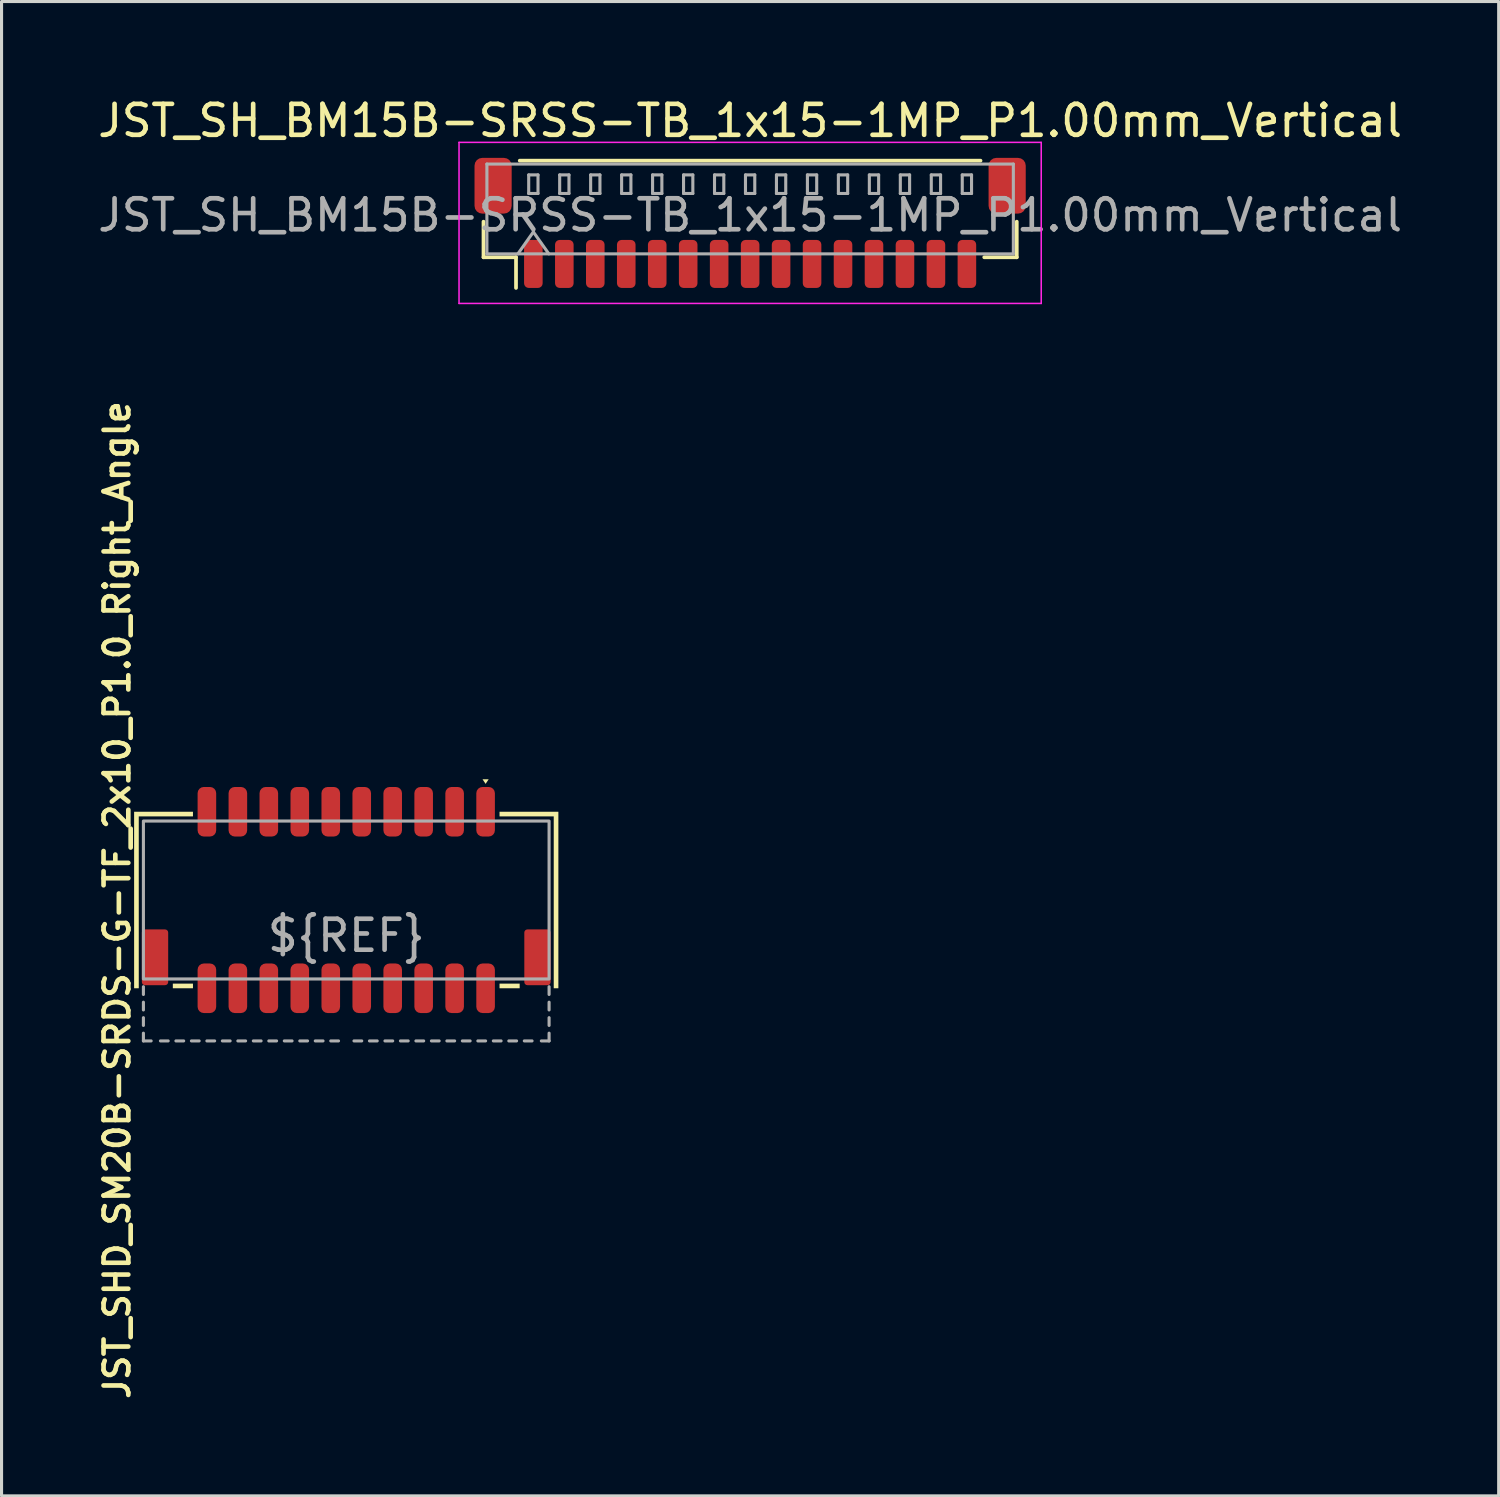
<source format=kicad_pcb>
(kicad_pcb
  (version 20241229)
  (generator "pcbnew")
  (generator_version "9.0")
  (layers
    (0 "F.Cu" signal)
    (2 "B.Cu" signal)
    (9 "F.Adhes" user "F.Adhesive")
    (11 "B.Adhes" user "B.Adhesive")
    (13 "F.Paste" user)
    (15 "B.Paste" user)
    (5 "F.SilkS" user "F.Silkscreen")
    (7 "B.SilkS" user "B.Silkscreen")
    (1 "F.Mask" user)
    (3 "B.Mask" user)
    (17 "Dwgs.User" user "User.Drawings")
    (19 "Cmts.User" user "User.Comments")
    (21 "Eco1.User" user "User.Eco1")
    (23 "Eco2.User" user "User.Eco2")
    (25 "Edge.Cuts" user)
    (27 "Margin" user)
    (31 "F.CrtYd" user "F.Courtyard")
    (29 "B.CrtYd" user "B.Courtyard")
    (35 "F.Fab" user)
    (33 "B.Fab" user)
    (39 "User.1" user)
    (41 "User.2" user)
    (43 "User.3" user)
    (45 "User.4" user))
  (footprint "JST_SH_BM15B-SRSS-TB_1x15-1MP_P1.00mm_Vertical"
    (layer "F.Cu")
    (at 21.173 4.148)
    (property "Reference" "JST_SH_BM15B-SRSS-TB_1x15-1MP_P1.00mm_Vertical" (at 0 -3.3 0) (layer "F.SilkS") (effects (font (size 1 1) (thickness 0.15))))
    (attr smd)
    (fp_line (start -8.61 -0.04) (end -8.61 1.11) (stroke (width 0.12) (type solid)) (layer "F.SilkS"))
    (fp_line (start -8.61 1.11) (end -7.56 1.11) (stroke (width 0.12) (type solid)) (layer "F.SilkS"))
    (fp_line (start -7.56 1.11) (end -7.56 2.1) (stroke (width 0.12) (type solid)) (layer "F.SilkS"))
    (fp_line (start -7.44 -2.01) (end 7.44 -2.01) (stroke (width 0.12) (type solid)) (layer "F.SilkS"))
    (fp_line (start 8.61 -0.04) (end 8.61 1.11) (stroke (width 0.12) (type solid)) (layer "F.SilkS"))
    (fp_line (start 8.61 1.11) (end 7.56 1.11) (stroke (width 0.12) (type solid)) (layer "F.SilkS"))
    (fp_line (start -9.4 -2.6) (end -9.4 2.6) (stroke (width 0.05) (type solid)) (layer "F.CrtYd"))
    (fp_line (start -9.4 2.6) (end 9.4 2.6) (stroke (width 0.05) (type solid)) (layer "F.CrtYd"))
    (fp_line (start 9.4 -2.6) (end -9.4 -2.6) (stroke (width 0.05) (type solid)) (layer "F.CrtYd"))
    (fp_line (start 9.4 2.6) (end 9.4 -2.6) (stroke (width 0.05) (type solid)) (layer "F.CrtYd"))
    (fp_line (start -8.5 -1.9) (end 8.5 -1.9) (stroke (width 0.1) (type solid)) (layer "F.Fab"))
    (fp_line (start -8.5 1) (end -8.5 -1.9) (stroke (width 0.1) (type solid)) (layer "F.Fab"))
    (fp_line (start -8.5 1) (end 8.5 1) (stroke (width 0.1) (type solid)) (layer "F.Fab"))
    (fp_line (start -7.5 1) (end -7 0.293) (stroke (width 0.1) (type solid)) (layer "F.Fab"))
    (fp_line (start -7.15 -1.55) (end -7.15 -0.95) (stroke (width 0.1) (type solid)) (layer "F.Fab"))
    (fp_line (start -7.15 -0.95) (end -6.85 -0.95) (stroke (width 0.1) (type solid)) (layer "F.Fab"))
    (fp_line (start -7 0.293) (end -6.5 1) (stroke (width 0.1) (type solid)) (layer "F.Fab"))
    (fp_line (start -6.85 -1.55) (end -7.15 -1.55) (stroke (width 0.1) (type solid)) (layer "F.Fab"))
    (fp_line (start -6.85 -0.95) (end -6.85 -1.55) (stroke (width 0.1) (type solid)) (layer "F.Fab"))
    (fp_line (start -6.15 -1.55) (end -6.15 -0.95) (stroke (width 0.1) (type solid)) (layer "F.Fab"))
    (fp_line (start -6.15 -0.95) (end -5.85 -0.95) (stroke (width 0.1) (type solid)) (layer "F.Fab"))
    (fp_line (start -5.85 -1.55) (end -6.15 -1.55) (stroke (width 0.1) (type solid)) (layer "F.Fab"))
    (fp_line (start -5.85 -0.95) (end -5.85 -1.55) (stroke (width 0.1) (type solid)) (layer "F.Fab"))
    (fp_line (start -5.15 -1.55) (end -5.15 -0.95) (stroke (width 0.1) (type solid)) (layer "F.Fab"))
    (fp_line (start -5.15 -0.95) (end -4.85 -0.95) (stroke (width 0.1) (type solid)) (layer "F.Fab"))
    (fp_line (start -4.85 -1.55) (end -5.15 -1.55) (stroke (width 0.1) (type solid)) (layer "F.Fab"))
    (fp_line (start -4.85 -0.95) (end -4.85 -1.55) (stroke (width 0.1) (type solid)) (layer "F.Fab"))
    (fp_line (start -4.15 -1.55) (end -4.15 -0.95) (stroke (width 0.1) (type solid)) (layer "F.Fab"))
    (fp_line (start -4.15 -0.95) (end -3.85 -0.95) (stroke (width 0.1) (type solid)) (layer "F.Fab"))
    (fp_line (start -3.85 -1.55) (end -4.15 -1.55) (stroke (width 0.1) (type solid)) (layer "F.Fab"))
    (fp_line (start -3.85 -0.95) (end -3.85 -1.55) (stroke (width 0.1) (type solid)) (layer "F.Fab"))
    (fp_line (start -3.15 -1.55) (end -3.15 -0.95) (stroke (width 0.1) (type solid)) (layer "F.Fab"))
    (fp_line (start -3.15 -0.95) (end -2.85 -0.95) (stroke (width 0.1) (type solid)) (layer "F.Fab"))
    (fp_line (start -2.85 -1.55) (end -3.15 -1.55) (stroke (width 0.1) (type solid)) (layer "F.Fab"))
    (fp_line (start -2.85 -0.95) (end -2.85 -1.55) (stroke (width 0.1) (type solid)) (layer "F.Fab"))
    (fp_line (start -2.15 -1.55) (end -2.15 -0.95) (stroke (width 0.1) (type solid)) (layer "F.Fab"))
    (fp_line (start -2.15 -0.95) (end -1.85 -0.95) (stroke (width 0.1) (type solid)) (layer "F.Fab"))
    (fp_line (start -1.85 -1.55) (end -2.15 -1.55) (stroke (width 0.1) (type solid)) (layer "F.Fab"))
    (fp_line (start -1.85 -0.95) (end -1.85 -1.55) (stroke (width 0.1) (type solid)) (layer "F.Fab"))
    (fp_line (start -1.15 -1.55) (end -1.15 -0.95) (stroke (width 0.1) (type solid)) (layer "F.Fab"))
    (fp_line (start -1.15 -0.95) (end -0.85 -0.95) (stroke (width 0.1) (type solid)) (layer "F.Fab"))
    (fp_line (start -0.85 -1.55) (end -1.15 -1.55) (stroke (width 0.1) (type solid)) (layer "F.Fab"))
    (fp_line (start -0.85 -0.95) (end -0.85 -1.55) (stroke (width 0.1) (type solid)) (layer "F.Fab"))
    (fp_line (start -0.15 -1.55) (end -0.15 -0.95) (stroke (width 0.1) (type solid)) (layer "F.Fab"))
    (fp_line (start -0.15 -0.95) (end 0.15 -0.95) (stroke (width 0.1) (type solid)) (layer "F.Fab"))
    (fp_line (start 0.15 -1.55) (end -0.15 -1.55) (stroke (width 0.1) (type solid)) (layer "F.Fab"))
    (fp_line (start 0.15 -0.95) (end 0.15 -1.55) (stroke (width 0.1) (type solid)) (layer "F.Fab"))
    (fp_line (start 0.85 -1.55) (end 0.85 -0.95) (stroke (width 0.1) (type solid)) (layer "F.Fab"))
    (fp_line (start 0.85 -0.95) (end 1.15 -0.95) (stroke (width 0.1) (type solid)) (layer "F.Fab"))
    (fp_line (start 1.15 -1.55) (end 0.85 -1.55) (stroke (width 0.1) (type solid)) (layer "F.Fab"))
    (fp_line (start 1.15 -0.95) (end 1.15 -1.55) (stroke (width 0.1) (type solid)) (layer "F.Fab"))
    (fp_line (start 1.85 -1.55) (end 1.85 -0.95) (stroke (width 0.1) (type solid)) (layer "F.Fab"))
    (fp_line (start 1.85 -0.95) (end 2.15 -0.95) (stroke (width 0.1) (type solid)) (layer "F.Fab"))
    (fp_line (start 2.15 -1.55) (end 1.85 -1.55) (stroke (width 0.1) (type solid)) (layer "F.Fab"))
    (fp_line (start 2.15 -0.95) (end 2.15 -1.55) (stroke (width 0.1) (type solid)) (layer "F.Fab"))
    (fp_line (start 2.85 -1.55) (end 2.85 -0.95) (stroke (width 0.1) (type solid)) (layer "F.Fab"))
    (fp_line (start 2.85 -0.95) (end 3.15 -0.95) (stroke (width 0.1) (type solid)) (layer "F.Fab"))
    (fp_line (start 3.15 -1.55) (end 2.85 -1.55) (stroke (width 0.1) (type solid)) (layer "F.Fab"))
    (fp_line (start 3.15 -0.95) (end 3.15 -1.55) (stroke (width 0.1) (type solid)) (layer "F.Fab"))
    (fp_line (start 3.85 -1.55) (end 3.85 -0.95) (stroke (width 0.1) (type solid)) (layer "F.Fab"))
    (fp_line (start 3.85 -0.95) (end 4.15 -0.95) (stroke (width 0.1) (type solid)) (layer "F.Fab"))
    (fp_line (start 4.15 -1.55) (end 3.85 -1.55) (stroke (width 0.1) (type solid)) (layer "F.Fab"))
    (fp_line (start 4.15 -0.95) (end 4.15 -1.55) (stroke (width 0.1) (type solid)) (layer "F.Fab"))
    (fp_line (start 4.85 -1.55) (end 4.85 -0.95) (stroke (width 0.1) (type solid)) (layer "F.Fab"))
    (fp_line (start 4.85 -0.95) (end 5.15 -0.95) (stroke (width 0.1) (type solid)) (layer "F.Fab"))
    (fp_line (start 5.15 -1.55) (end 4.85 -1.55) (stroke (width 0.1) (type solid)) (layer "F.Fab"))
    (fp_line (start 5.15 -0.95) (end 5.15 -1.55) (stroke (width 0.1) (type solid)) (layer "F.Fab"))
    (fp_line (start 5.85 -1.55) (end 5.85 -0.95) (stroke (width 0.1) (type solid)) (layer "F.Fab"))
    (fp_line (start 5.85 -0.95) (end 6.15 -0.95) (stroke (width 0.1) (type solid)) (layer "F.Fab"))
    (fp_line (start 6.15 -1.55) (end 5.85 -1.55) (stroke (width 0.1) (type solid)) (layer "F.Fab"))
    (fp_line (start 6.15 -0.95) (end 6.15 -1.55) (stroke (width 0.1) (type solid)) (layer "F.Fab"))
    (fp_line (start 6.85 -1.55) (end 6.85 -0.95) (stroke (width 0.1) (type solid)) (layer "F.Fab"))
    (fp_line (start 6.85 -0.95) (end 7.15 -0.95) (stroke (width 0.1) (type solid)) (layer "F.Fab"))
    (fp_line (start 7.15 -1.55) (end 6.85 -1.55) (stroke (width 0.1) (type solid)) (layer "F.Fab"))
    (fp_line (start 7.15 -0.95) (end 7.15 -1.55) (stroke (width 0.1) (type solid)) (layer "F.Fab"))
    (fp_line (start 8.5 1) (end 8.5 -1.9) (stroke (width 0.1) (type solid)) (layer "F.Fab"))
    (fp_text user "${REFERENCE}" (at 0 -0.25 0) (layer "F.Fab") (effects (font (size 1 1) (thickness 0.15))))
    (pad "1" smd roundrect (at -7 1.325) (size 0.6 1.55) (layers "F.Cu" "F.Mask" "F.Paste") (roundrect_rratio 0.25))
    (pad "2" smd roundrect (at -6 1.325) (size 0.6 1.55) (layers "F.Cu" "F.Mask" "F.Paste") (roundrect_rratio 0.25))
    (pad "3" smd roundrect (at -5 1.325) (size 0.6 1.55) (layers "F.Cu" "F.Mask" "F.Paste") (roundrect_rratio 0.25))
    (pad "4" smd roundrect (at -4 1.325) (size 0.6 1.55) (layers "F.Cu" "F.Mask" "F.Paste") (roundrect_rratio 0.25))
    (pad "5" smd roundrect (at -3 1.325) (size 0.6 1.55) (layers "F.Cu" "F.Mask" "F.Paste") (roundrect_rratio 0.25))
    (pad "6" smd roundrect (at -2 1.325) (size 0.6 1.55) (layers "F.Cu" "F.Mask" "F.Paste") (roundrect_rratio 0.25))
    (pad "7" smd roundrect (at -1 1.325) (size 0.6 1.55) (layers "F.Cu" "F.Mask" "F.Paste") (roundrect_rratio 0.25))
    (pad "8" smd roundrect (at 0 1.325) (size 0.6 1.55) (layers "F.Cu" "F.Mask" "F.Paste") (roundrect_rratio 0.25))
    (pad "9" smd roundrect (at 1 1.325) (size 0.6 1.55) (layers "F.Cu" "F.Mask" "F.Paste") (roundrect_rratio 0.25))
    (pad "10" smd roundrect (at 2 1.325) (size 0.6 1.55) (layers "F.Cu" "F.Mask" "F.Paste") (roundrect_rratio 0.25))
    (pad "11" smd roundrect (at 3 1.325) (size 0.6 1.55) (layers "F.Cu" "F.Mask" "F.Paste") (roundrect_rratio 0.25))
    (pad "12" smd roundrect (at 4 1.325) (size 0.6 1.55) (layers "F.Cu" "F.Mask" "F.Paste") (roundrect_rratio 0.25))
    (pad "13" smd roundrect (at 5 1.325) (size 0.6 1.55) (layers "F.Cu" "F.Mask" "F.Paste") (roundrect_rratio 0.25))
    (pad "14" smd roundrect (at 6 1.325) (size 0.6 1.55) (layers "F.Cu" "F.Mask" "F.Paste") (roundrect_rratio 0.25))
    (pad "15" smd roundrect (at 7 1.325) (size 0.6 1.55) (layers "F.Cu" "F.Mask" "F.Paste") (roundrect_rratio 0.25))
    (pad "MP" smd roundrect (at -8.3 -1.2) (size 1.2 1.8) (layers "F.Cu" "F.Mask" "F.Paste") (roundrect_rratio 0.208))
    (pad "MP" smd roundrect (at 8.3 -1.2) (size 1.2 1.8) (layers "F.Cu" "F.Mask" "F.Paste") (roundrect_rratio 0.208)))
  (footprint "JST_SHD_SM20B-SRDS-G-TF_2x10_P1.0_Right_Angle"
    (layer "F.Cu")
    (at 8.131 26.013)
    (property "Reference" "JST_SHD_SM20B-SRDS-G-TF_2x10_P1.0_Right_Angle" (at -7.4 0 90) (unlocked yes) (layer "F.SilkS") (effects (font (size 0.8 0.8) (thickness 0.15))))
    (attr through_hole)
    (fp_poly (pts (xy 4.5 -3.75) (xy 4.4 -3.9) (xy 4.6 -3.9)) (stroke (width 0) (type solid)) (fill yes) (layer "F.SilkS"))
    (fp_poly (pts (xy -4.95 2.85) (xy -5.6 2.85) (xy -5.6 2.7) (xy -4.95 2.7)) (stroke (width 0) (type solid)) (fill yes) (layer "F.SilkS"))
    (fp_poly (pts (xy 5.6 2.85) (xy 4.95 2.85) (xy 4.95 2.7) (xy 5.6 2.7)) (stroke (width 0) (type solid)) (fill yes) (layer "F.SilkS"))
    (fp_poly (pts (xy -6.85 2.85) (xy -6.7 2.85) (xy -6.7 -2.7) (xy -4.95 -2.7) (xy -4.95 -2.85) (xy -6.85 -2.85)) (stroke (width 0) (type solid)) (fill yes) (layer "F.SilkS"))
    (fp_poly (pts (xy 6.85 2.85) (xy 6.7 2.85) (xy 6.7 -2.7) (xy 4.95 -2.7) (xy 4.95 -2.85) (xy 6.85 -2.85)) (stroke (width 0) (type solid)) (fill yes) (layer "F.SilkS"))
    (fp_line (start -6.55 2.8) (end -6.55 3.05) (stroke (width 0.1) (type solid)) (layer "F.Fab"))
    (fp_line (start -6.55 3.3) (end -6.55 3.55) (stroke (width 0.1) (type solid)) (layer "F.Fab"))
    (fp_line (start -6.55 3.8) (end -6.55 4.05) (stroke (width 0.1) (type solid)) (layer "F.Fab"))
    (fp_line (start -6.55 4.3) (end -6.55 4.55) (stroke (width 0.1) (type solid)) (layer "F.Fab"))
    (fp_line (start -6.55 4.55) (end -6.3 4.55) (stroke (width 0.1) (type solid)) (layer "F.Fab"))
    (fp_line (start -6 4.55) (end -5.75 4.55) (stroke (width 0.1) (type solid)) (layer "F.Fab"))
    (fp_line (start -5.5 4.55) (end -5.25 4.55) (stroke (width 0.1) (type solid)) (layer "F.Fab"))
    (fp_line (start -5 4.55) (end -4.75 4.55) (stroke (width 0.1) (type solid)) (layer "F.Fab"))
    (fp_line (start -4.5 4.55) (end -4.25 4.55) (stroke (width 0.1) (type solid)) (layer "F.Fab"))
    (fp_line (start -4 4.55) (end -3.75 4.55) (stroke (width 0.1) (type solid)) (layer "F.Fab"))
    (fp_line (start -3.5 4.55) (end -3.25 4.55) (stroke (width 0.1) (type solid)) (layer "F.Fab"))
    (fp_line (start -3 4.55) (end -2.75 4.55) (stroke (width 0.1) (type solid)) (layer "F.Fab"))
    (fp_line (start -2.5 4.55) (end -2.25 4.55) (stroke (width 0.1) (type solid)) (layer "F.Fab"))
    (fp_line (start -2 4.55) (end -1.75 4.55) (stroke (width 0.1) (type solid)) (layer "F.Fab"))
    (fp_line (start -1.5 4.55) (end -1.25 4.55) (stroke (width 0.1) (type solid)) (layer "F.Fab"))
    (fp_line (start -1 4.55) (end -0.75 4.55) (stroke (width 0.1) (type solid)) (layer "F.Fab"))
    (fp_line (start -0.5 4.55) (end -0.25 4.55) (stroke (width 0.1) (type solid)) (layer "F.Fab"))
    (fp_line (start 0.25 4.55) (end 0.5 4.55) (stroke (width 0.1) (type solid)) (layer "F.Fab"))
    (fp_line (start 0.75 4.55) (end 1 4.55) (stroke (width 0.1) (type solid)) (layer "F.Fab"))
    (fp_line (start 1.25 4.55) (end 1.5 4.55) (stroke (width 0.1) (type solid)) (layer "F.Fab"))
    (fp_line (start 1.75 4.55) (end 2 4.55) (stroke (width 0.1) (type solid)) (layer "F.Fab"))
    (fp_line (start 2.25 4.55) (end 2.5 4.55) (stroke (width 0.1) (type solid)) (layer "F.Fab"))
    (fp_line (start 2.75 4.55) (end 3 4.55) (stroke (width 0.1) (type solid)) (layer "F.Fab"))
    (fp_line (start 3.25 4.55) (end 3.5 4.55) (stroke (width 0.1) (type solid)) (layer "F.Fab"))
    (fp_line (start 3.75 4.55) (end 4 4.55) (stroke (width 0.1) (type solid)) (layer "F.Fab"))
    (fp_line (start 4.25 4.55) (end 4.5 4.55) (stroke (width 0.1) (type solid)) (layer "F.Fab"))
    (fp_line (start 4.75 4.55) (end 5 4.55) (stroke (width 0.1) (type solid)) (layer "F.Fab"))
    (fp_line (start 5.25 4.55) (end 5.5 4.55) (stroke (width 0.1) (type solid)) (layer "F.Fab"))
    (fp_line (start 5.75 4.55) (end 6 4.55) (stroke (width 0.1) (type solid)) (layer "F.Fab"))
    (fp_line (start 6.55 2.8) (end 6.55 3.05) (stroke (width 0.1) (type solid)) (layer "F.Fab"))
    (fp_line (start 6.55 3.3) (end 6.55 3.55) (stroke (width 0.1) (type solid)) (layer "F.Fab"))
    (fp_line (start 6.55 3.8) (end 6.55 4.05) (stroke (width 0.1) (type solid)) (layer "F.Fab"))
    (fp_line (start 6.55 4.3) (end 6.55 4.55) (stroke (width 0.1) (type solid)) (layer "F.Fab"))
    (fp_line (start 6.55 4.55) (end 6.3 4.55) (stroke (width 0.1) (type solid)) (layer "F.Fab"))
    (fp_rect (start -6.55 2.55) (end 6.55 -2.55) (stroke (width 0.1) (type solid)) (fill no) (layer "F.Fab"))
    (fp_text user "${REF}" (at 0 1.15 0) (unlocked yes) (layer "F.Fab") (effects (font (size 1 1) (thickness 0.15))))
    (pad "1" smd roundrect (at 4.5 -2.85) (size 0.6 1.6) (layers "F.Cu" "F.Mask" "F.Paste") (roundrect_rratio 0.333))
    (pad "2" smd roundrect (at 4.5 2.85) (size 0.6 1.6) (layers "F.Cu" "F.Mask" "F.Paste") (roundrect_rratio 0.333))
    (pad "3" smd roundrect (at 3.5 -2.85) (size 0.6 1.6) (layers "F.Cu" "F.Mask" "F.Paste") (roundrect_rratio 0.333))
    (pad "4" smd roundrect (at 3.5 2.85) (size 0.6 1.6) (layers "F.Cu" "F.Mask" "F.Paste") (roundrect_rratio 0.333))
    (pad "5" smd roundrect (at 2.5 -2.85) (size 0.6 1.6) (layers "F.Cu" "F.Mask" "F.Paste") (roundrect_rratio 0.333))
    (pad "6" smd roundrect (at 2.5 2.85) (size 0.6 1.6) (layers "F.Cu" "F.Mask" "F.Paste") (roundrect_rratio 0.333))
    (pad "7" smd roundrect (at 1.5 -2.85) (size 0.6 1.6) (layers "F.Cu" "F.Mask" "F.Paste") (roundrect_rratio 0.333))
    (pad "8" smd roundrect (at 1.5 2.85) (size 0.6 1.6) (layers "F.Cu" "F.Mask" "F.Paste") (roundrect_rratio 0.333))
    (pad "9" smd roundrect (at 0.5 -2.85) (size 0.6 1.6) (layers "F.Cu" "F.Mask" "F.Paste") (roundrect_rratio 0.333))
    (pad "10" smd roundrect (at 0.5 2.85) (size 0.6 1.6) (layers "F.Cu" "F.Mask" "F.Paste") (roundrect_rratio 0.333))
    (pad "11" smd roundrect (at -0.5 -2.85) (size 0.6 1.6) (layers "F.Cu" "F.Mask" "F.Paste") (roundrect_rratio 0.333))
    (pad "12" smd roundrect (at -0.5 2.85) (size 0.6 1.6) (layers "F.Cu" "F.Mask" "F.Paste") (roundrect_rratio 0.333))
    (pad "13" smd roundrect (at -1.5 -2.85) (size 0.6 1.6) (layers "F.Cu" "F.Mask" "F.Paste") (roundrect_rratio 0.333))
    (pad "14" smd roundrect (at -1.5 2.85) (size 0.6 1.6) (layers "F.Cu" "F.Mask" "F.Paste") (roundrect_rratio 0.333))
    (pad "15" smd roundrect (at -2.5 -2.85) (size 0.6 1.6) (layers "F.Cu" "F.Mask" "F.Paste") (roundrect_rratio 0.333))
    (pad "16" smd roundrect (at -2.5 2.85) (size 0.6 1.6) (layers "F.Cu" "F.Mask" "F.Paste") (roundrect_rratio 0.333))
    (pad "17" smd roundrect (at -3.5 -2.85) (size 0.6 1.6) (layers "F.Cu" "F.Mask" "F.Paste") (roundrect_rratio 0.333))
    (pad "18" smd roundrect (at -3.5 2.85) (size 0.6 1.6) (layers "F.Cu" "F.Mask" "F.Paste") (roundrect_rratio 0.333))
    (pad "19" smd roundrect (at -4.5 -2.85) (size 0.6 1.6) (layers "F.Cu" "F.Mask" "F.Paste") (roundrect_rratio 0.333))
    (pad "20" smd roundrect (at -4.5 2.85) (size 0.6 1.6) (layers "F.Cu" "F.Mask" "F.Paste") (roundrect_rratio 0.333))
    (pad "MP" smd roundrect (at -6.175 1.85) (size 0.85 1.8) (layers "F.Cu" "F.Mask" "F.Paste") (roundrect_rratio 0.118))
    (pad "MP" smd roundrect (at 6.175 1.85) (size 0.85 1.8) (layers "F.Cu" "F.Mask" "F.Paste") (roundrect_rratio 0.118)))
  (gr_rect
    (start -3 -3)
    (end 45.345 45.254)
    (stroke (width 0.1) (type default))
    (fill no)
    (layer "Edge.Cuts")))
</source>
